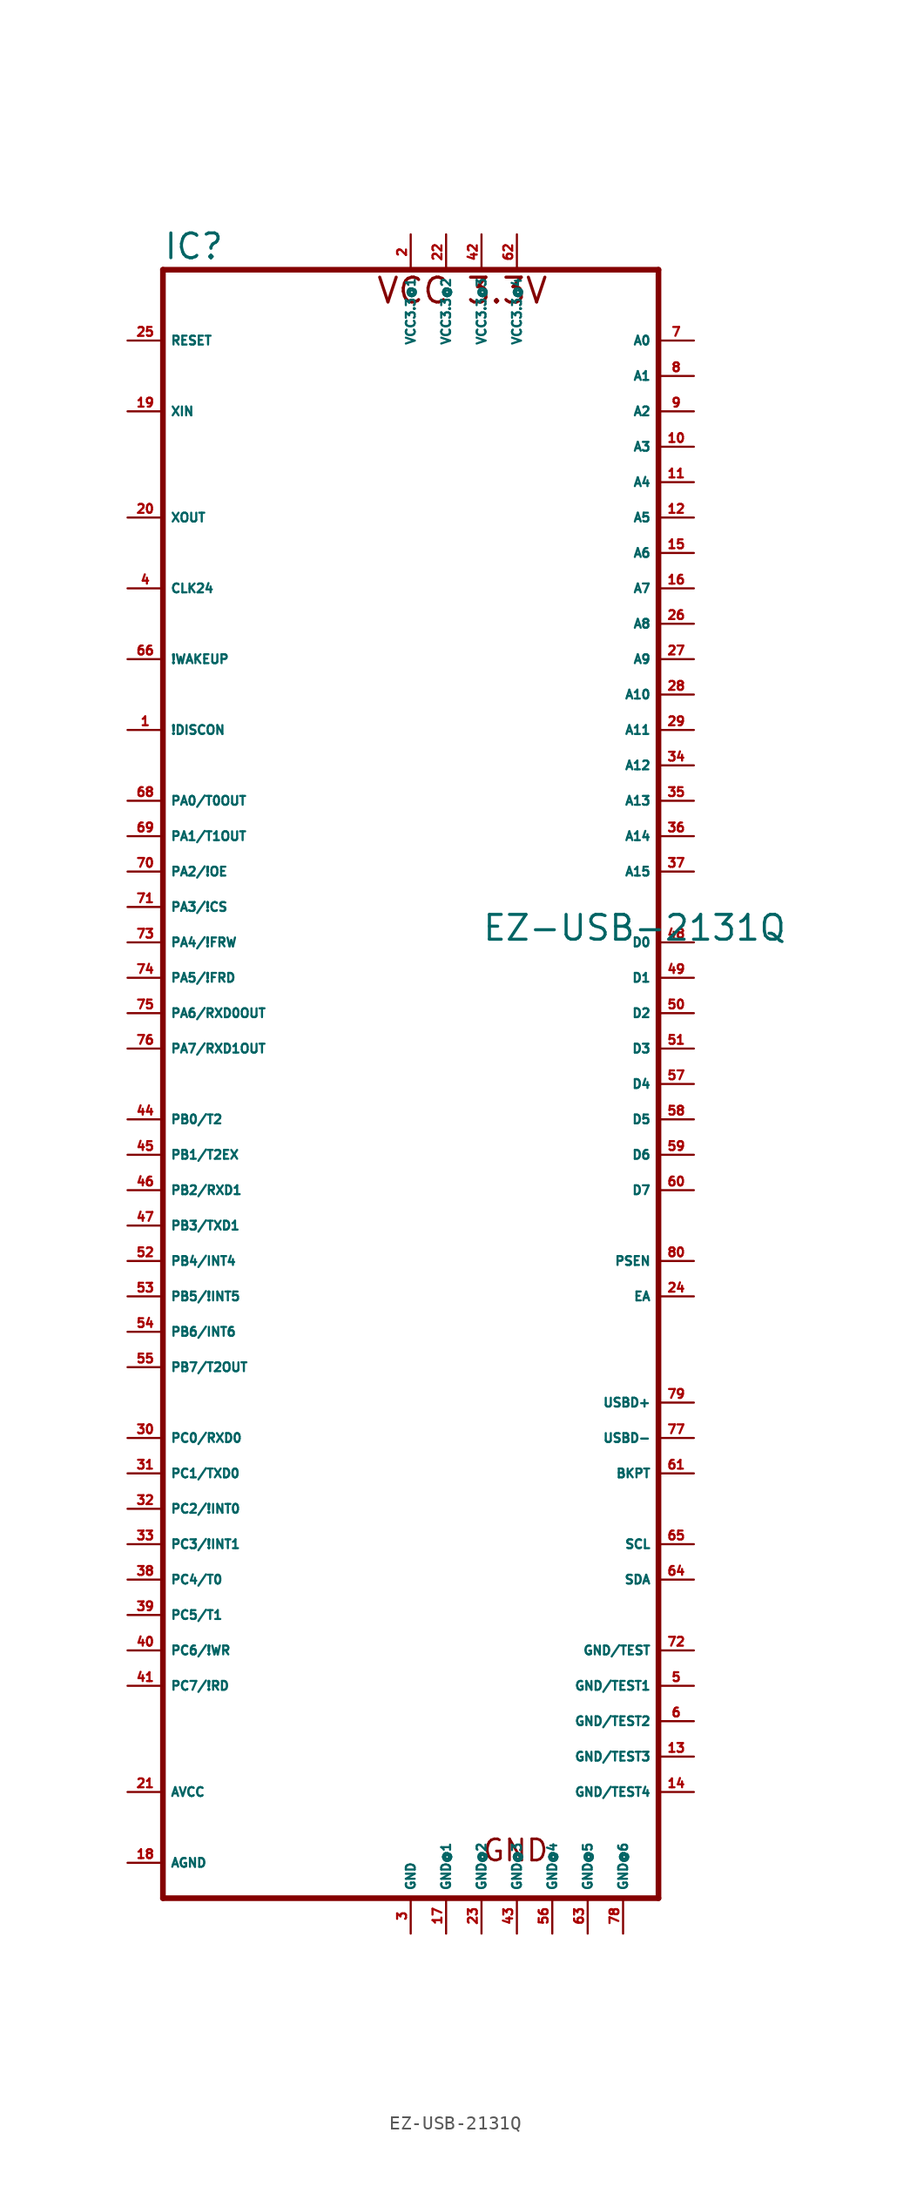
<source format=kicad_sym>
(kicad_symbol_lib
  (version 20220914)
  (generator Eagle2Kicad)
  (symbol "EZ-USB-2131Q"
    (property "Reference" "IC"
      (at -17.78 56.515 0)
      (effects (font (size 1.778 1.778) (thickness 0.22)) (justify left bottom)))
    (property "Value" "EZ-USB-2131Q"
      (at 5.08 7.62 0)
      (effects (font (size 1.778 1.778) (thickness 0.22)) (justify left bottom)))
    (polyline
      (pts (xy 17.78 55.88) (xy 17.78 -60.96))
      (stroke (width 0.406) (type default))
      (fill (type none)))
    (polyline
      (pts (xy -17.78 -60.96) (xy 17.78 -60.96))
      (stroke (width 0.406) (type default))
      (fill (type none)))
    (polyline
      (pts (xy -17.78 -60.96) (xy -17.78 55.88))
      (stroke (width 0.406) (type default))
      (fill (type none)))
    (polyline
      (pts (xy 17.78 55.88) (xy -17.78 55.88))
      (stroke (width 0.406) (type default))
      (fill (type none)))
    (text "VCC 3.3V"
      (at -2.54 53.34 0)
      (effects (font (size 1.778 1.778) (thickness 0.22)) (justify left bottom)))
    (text "GND"
      (at 5.08 -58.42 0)
      (effects (font (size 1.524 1.524) (thickness 0.19)) (justify left bottom)))
    (pin output line
      (at -20.32 38.1 0)
      (length 2.54)
      (name "XOUT" (effects (font (size 0.635 0.635) (thickness 0.08)) (justify left bottom)))
      (number "20" (effects (font (size 0.635 0.635) (thickness 0.08)) (justify left bottom))))
    (pin input line
      (at -20.32 45.72 0)
      (length 2.54)
      (name "XIN" (effects (font (size 0.635 0.635) (thickness 0.08)) (justify left bottom)))
      (number "19" (effects (font (size 0.635 0.635) (thickness 0.08)) (justify left bottom))))
    (pin input line
      (at 20.32 -17.78 180)
      (length 2.54)
      (name "EA" (effects (font (size 0.635 0.635) (thickness 0.08)) (justify left bottom)))
      (number "24" (effects (font (size 0.635 0.635) (thickness 0.08)) (justify left bottom))))
    (pin output line
      (at 20.32 50.8 180)
      (length 2.54)
      (name "A0" (effects (font (size 0.635 0.635) (thickness 0.08)) (justify left bottom)))
      (number "7" (effects (font (size 0.635 0.635) (thickness 0.08)) (justify left bottom))))
    (pin output line
      (at 20.32 -15.24 180)
      (length 2.54)
      (name "PSEN" (effects (font (size 0.635 0.635) (thickness 0.08)) (justify left bottom)))
      (number "80" (effects (font (size 0.635 0.635) (thickness 0.08)) (justify left bottom))))
    (pin open_collector line
      (at 20.32 -35.56 180)
      (length 2.54)
      (name "SCL" (effects (font (size 0.635 0.635) (thickness 0.08)) (justify left bottom)))
      (number "65" (effects (font (size 0.635 0.635) (thickness 0.08)) (justify left bottom))))
    (pin open_collector line
      (at 20.32 -38.1 180)
      (length 2.54)
      (name "SDA" (effects (font (size 0.635 0.635) (thickness 0.08)) (justify left bottom)))
      (number "64" (effects (font (size 0.635 0.635) (thickness 0.08)) (justify left bottom))))
    (pin bidirectional line
      (at -20.32 15.24 0)
      (length 2.54)
      (name "PA1/T1OUT" (effects (font (size 0.635 0.635) (thickness 0.08)) (justify left bottom)))
      (number "69" (effects (font (size 0.635 0.635) (thickness 0.08)) (justify left bottom))))
    (pin input line
      (at -20.32 50.8 0)
      (length 2.54)
      (name "RESET" (effects (font (size 0.635 0.635) (thickness 0.08)) (justify left bottom)))
      (number "25" (effects (font (size 0.635 0.635) (thickness 0.08)) (justify left bottom))))
    (pin bidirectional line
      (at -20.32 10.16 0)
      (length 2.54)
      (name "PA3/!CS" (effects (font (size 0.635 0.635) (thickness 0.08)) (justify left bottom)))
      (number "71" (effects (font (size 0.635 0.635) (thickness 0.08)) (justify left bottom))))
    (pin bidirectional line
      (at -20.32 7.62 0)
      (length 2.54)
      (name "PA4/!FRW" (effects (font (size 0.635 0.635) (thickness 0.08)) (justify left bottom)))
      (number "73" (effects (font (size 0.635 0.635) (thickness 0.08)) (justify left bottom))))
    (pin bidirectional line
      (at -20.32 5.08 0)
      (length 2.54)
      (name "PA5/!FRD" (effects (font (size 0.635 0.635) (thickness 0.08)) (justify left bottom)))
      (number "74" (effects (font (size 0.635 0.635) (thickness 0.08)) (justify left bottom))))
    (pin bidirectional line
      (at -20.32 2.54 0)
      (length 2.54)
      (name "PA6/RXD0OUT" (effects (font (size 0.635 0.635) (thickness 0.08)) (justify left bottom)))
      (number "75" (effects (font (size 0.635 0.635) (thickness 0.08)) (justify left bottom))))
    (pin bidirectional line
      (at -20.32 0 0)
      (length 2.54)
      (name "PA7/RXD1OUT" (effects (font (size 0.635 0.635) (thickness 0.08)) (justify left bottom)))
      (number "76" (effects (font (size 0.635 0.635) (thickness 0.08)) (justify left bottom))))
    (pin bidirectional line
      (at -20.32 -5.08 0)
      (length 2.54)
      (name "PB0/T2" (effects (font (size 0.635 0.635) (thickness 0.08)) (justify left bottom)))
      (number "44" (effects (font (size 0.635 0.635) (thickness 0.08)) (justify left bottom))))
    (pin bidirectional line
      (at -20.32 -7.62 0)
      (length 2.54)
      (name "PB1/T2EX" (effects (font (size 0.635 0.635) (thickness 0.08)) (justify left bottom)))
      (number "45" (effects (font (size 0.635 0.635) (thickness 0.08)) (justify left bottom))))
    (pin bidirectional line
      (at -20.32 -10.16 0)
      (length 2.54)
      (name "PB2/RXD1" (effects (font (size 0.635 0.635) (thickness 0.08)) (justify left bottom)))
      (number "46" (effects (font (size 0.635 0.635) (thickness 0.08)) (justify left bottom))))
    (pin bidirectional line
      (at -20.32 -12.7 0)
      (length 2.54)
      (name "PB3/TXD1" (effects (font (size 0.635 0.635) (thickness 0.08)) (justify left bottom)))
      (number "47" (effects (font (size 0.635 0.635) (thickness 0.08)) (justify left bottom))))
    (pin bidirectional line
      (at -20.32 -15.24 0)
      (length 2.54)
      (name "PB4/INT4" (effects (font (size 0.635 0.635) (thickness 0.08)) (justify left bottom)))
      (number "52" (effects (font (size 0.635 0.635) (thickness 0.08)) (justify left bottom))))
    (pin bidirectional line
      (at -20.32 -17.78 0)
      (length 2.54)
      (name "PB5/!INT5" (effects (font (size 0.635 0.635) (thickness 0.08)) (justify left bottom)))
      (number "53" (effects (font (size 0.635 0.635) (thickness 0.08)) (justify left bottom))))
    (pin bidirectional line
      (at -20.32 12.7 0)
      (length 2.54)
      (name "PA2/!OE" (effects (font (size 0.635 0.635) (thickness 0.08)) (justify left bottom)))
      (number "70" (effects (font (size 0.635 0.635) (thickness 0.08)) (justify left bottom))))
    (pin bidirectional line
      (at -20.32 17.78 0)
      (length 2.54)
      (name "PA0/T0OUT" (effects (font (size 0.635 0.635) (thickness 0.08)) (justify left bottom)))
      (number "68" (effects (font (size 0.635 0.635) (thickness 0.08)) (justify left bottom))))
    (pin output line
      (at 20.32 48.26 180)
      (length 2.54)
      (name "A1" (effects (font (size 0.635 0.635) (thickness 0.08)) (justify left bottom)))
      (number "8" (effects (font (size 0.635 0.635) (thickness 0.08)) (justify left bottom))))
    (pin output line
      (at 20.32 45.72 180)
      (length 2.54)
      (name "A2" (effects (font (size 0.635 0.635) (thickness 0.08)) (justify left bottom)))
      (number "9" (effects (font (size 0.635 0.635) (thickness 0.08)) (justify left bottom))))
    (pin output line
      (at 20.32 43.18 180)
      (length 2.54)
      (name "A3" (effects (font (size 0.635 0.635) (thickness 0.08)) (justify left bottom)))
      (number "10" (effects (font (size 0.635 0.635) (thickness 0.08)) (justify left bottom))))
    (pin output line
      (at 20.32 40.64 180)
      (length 2.54)
      (name "A4" (effects (font (size 0.635 0.635) (thickness 0.08)) (justify left bottom)))
      (number "11" (effects (font (size 0.635 0.635) (thickness 0.08)) (justify left bottom))))
    (pin output line
      (at 20.32 38.1 180)
      (length 2.54)
      (name "A5" (effects (font (size 0.635 0.635) (thickness 0.08)) (justify left bottom)))
      (number "12" (effects (font (size 0.635 0.635) (thickness 0.08)) (justify left bottom))))
    (pin output line
      (at 20.32 35.56 180)
      (length 2.54)
      (name "A6" (effects (font (size 0.635 0.635) (thickness 0.08)) (justify left bottom)))
      (number "15" (effects (font (size 0.635 0.635) (thickness 0.08)) (justify left bottom))))
    (pin output line
      (at 20.32 33.02 180)
      (length 2.54)
      (name "A7" (effects (font (size 0.635 0.635) (thickness 0.08)) (justify left bottom)))
      (number "16" (effects (font (size 0.635 0.635) (thickness 0.08)) (justify left bottom))))
    (pin output line
      (at 20.32 30.48 180)
      (length 2.54)
      (name "A8" (effects (font (size 0.635 0.635) (thickness 0.08)) (justify left bottom)))
      (number "26" (effects (font (size 0.635 0.635) (thickness 0.08)) (justify left bottom))))
    (pin output line
      (at 20.32 27.94 180)
      (length 2.54)
      (name "A9" (effects (font (size 0.635 0.635) (thickness 0.08)) (justify left bottom)))
      (number "27" (effects (font (size 0.635 0.635) (thickness 0.08)) (justify left bottom))))
    (pin output line
      (at 20.32 25.4 180)
      (length 2.54)
      (name "A10" (effects (font (size 0.635 0.635) (thickness 0.08)) (justify left bottom)))
      (number "28" (effects (font (size 0.635 0.635) (thickness 0.08)) (justify left bottom))))
    (pin output line
      (at 20.32 22.86 180)
      (length 2.54)
      (name "A11" (effects (font (size 0.635 0.635) (thickness 0.08)) (justify left bottom)))
      (number "29" (effects (font (size 0.635 0.635) (thickness 0.08)) (justify left bottom))))
    (pin output line
      (at 20.32 20.32 180)
      (length 2.54)
      (name "A12" (effects (font (size 0.635 0.635) (thickness 0.08)) (justify left bottom)))
      (number "34" (effects (font (size 0.635 0.635) (thickness 0.08)) (justify left bottom))))
    (pin output line
      (at 20.32 17.78 180)
      (length 2.54)
      (name "A13" (effects (font (size 0.635 0.635) (thickness 0.08)) (justify left bottom)))
      (number "35" (effects (font (size 0.635 0.635) (thickness 0.08)) (justify left bottom))))
    (pin output line
      (at 20.32 15.24 180)
      (length 2.54)
      (name "A14" (effects (font (size 0.635 0.635) (thickness 0.08)) (justify left bottom)))
      (number "36" (effects (font (size 0.635 0.635) (thickness 0.08)) (justify left bottom))))
    (pin output line
      (at 20.32 12.7 180)
      (length 2.54)
      (name "A15" (effects (font (size 0.635 0.635) (thickness 0.08)) (justify left bottom)))
      (number "37" (effects (font (size 0.635 0.635) (thickness 0.08)) (justify left bottom))))
    (pin tri_state line
      (at 20.32 7.62 180)
      (length 2.54)
      (name "D0" (effects (font (size 0.635 0.635) (thickness 0.08)) (justify left bottom)))
      (number "48" (effects (font (size 0.635 0.635) (thickness 0.08)) (justify left bottom))))
    (pin tri_state line
      (at 20.32 5.08 180)
      (length 2.54)
      (name "D1" (effects (font (size 0.635 0.635) (thickness 0.08)) (justify left bottom)))
      (number "49" (effects (font (size 0.635 0.635) (thickness 0.08)) (justify left bottom))))
    (pin tri_state line
      (at 20.32 2.54 180)
      (length 2.54)
      (name "D2" (effects (font (size 0.635 0.635) (thickness 0.08)) (justify left bottom)))
      (number "50" (effects (font (size 0.635 0.635) (thickness 0.08)) (justify left bottom))))
    (pin tri_state line
      (at 20.32 0 180)
      (length 2.54)
      (name "D3" (effects (font (size 0.635 0.635) (thickness 0.08)) (justify left bottom)))
      (number "51" (effects (font (size 0.635 0.635) (thickness 0.08)) (justify left bottom))))
    (pin tri_state line
      (at 20.32 -2.54 180)
      (length 2.54)
      (name "D4" (effects (font (size 0.635 0.635) (thickness 0.08)) (justify left bottom)))
      (number "57" (effects (font (size 0.635 0.635) (thickness 0.08)) (justify left bottom))))
    (pin tri_state line
      (at 20.32 -5.08 180)
      (length 2.54)
      (name "D5" (effects (font (size 0.635 0.635) (thickness 0.08)) (justify left bottom)))
      (number "58" (effects (font (size 0.635 0.635) (thickness 0.08)) (justify left bottom))))
    (pin tri_state line
      (at 20.32 -7.62 180)
      (length 2.54)
      (name "D6" (effects (font (size 0.635 0.635) (thickness 0.08)) (justify left bottom)))
      (number "59" (effects (font (size 0.635 0.635) (thickness 0.08)) (justify left bottom))))
    (pin tri_state line
      (at 20.32 -10.16 180)
      (length 2.54)
      (name "D7" (effects (font (size 0.635 0.635) (thickness 0.08)) (justify left bottom)))
      (number "60" (effects (font (size 0.635 0.635) (thickness 0.08)) (justify left bottom))))
    (pin unspecified line
      (at -20.32 -53.34 0)
      (length 2.54)
      (name "AVCC" (effects (font (size 0.635 0.635) (thickness 0.08)) (justify left bottom)))
      (number "21" (effects (font (size 0.635 0.635) (thickness 0.08)) (justify left bottom))))
    (pin unspecified line
      (at -20.32 -58.42 0)
      (length 2.54)
      (name "AGND" (effects (font (size 0.635 0.635) (thickness 0.08)) (justify left bottom)))
      (number "18" (effects (font (size 0.635 0.635) (thickness 0.08)) (justify left bottom))))
    (pin output line
      (at -20.32 22.86 0)
      (length 2.54)
      (name "!DISCON" (effects (font (size 0.635 0.635) (thickness 0.08)) (justify left bottom)))
      (number "1" (effects (font (size 0.635 0.635) (thickness 0.08)) (justify left bottom))))
    (pin tri_state line
      (at 20.32 -25.4 180)
      (length 2.54)
      (name "USBD+" (effects (font (size 0.635 0.635) (thickness 0.08)) (justify left bottom)))
      (number "79" (effects (font (size 0.635 0.635) (thickness 0.08)) (justify left bottom))))
    (pin tri_state line
      (at 20.32 -27.94 180)
      (length 2.54)
      (name "USBD-" (effects (font (size 0.635 0.635) (thickness 0.08)) (justify left bottom)))
      (number "77" (effects (font (size 0.635 0.635) (thickness 0.08)) (justify left bottom))))
    (pin output line
      (at 20.32 -30.48 180)
      (length 2.54)
      (name "BKPT" (effects (font (size 0.635 0.635) (thickness 0.08)) (justify left bottom)))
      (number "61" (effects (font (size 0.635 0.635) (thickness 0.08)) (justify left bottom))))
    (pin bidirectional line
      (at -20.32 -20.32 0)
      (length 2.54)
      (name "PB6/INT6" (effects (font (size 0.635 0.635) (thickness 0.08)) (justify left bottom)))
      (number "54" (effects (font (size 0.635 0.635) (thickness 0.08)) (justify left bottom))))
    (pin bidirectional line
      (at -20.32 -22.86 0)
      (length 2.54)
      (name "PB7/T2OUT" (effects (font (size 0.635 0.635) (thickness 0.08)) (justify left bottom)))
      (number "55" (effects (font (size 0.635 0.635) (thickness 0.08)) (justify left bottom))))
    (pin bidirectional line
      (at -20.32 -27.94 0)
      (length 2.54)
      (name "PC0/RXD0" (effects (font (size 0.635 0.635) (thickness 0.08)) (justify left bottom)))
      (number "30" (effects (font (size 0.635 0.635) (thickness 0.08)) (justify left bottom))))
    (pin bidirectional line
      (at -20.32 -30.48 0)
      (length 2.54)
      (name "PC1/TXD0" (effects (font (size 0.635 0.635) (thickness 0.08)) (justify left bottom)))
      (number "31" (effects (font (size 0.635 0.635) (thickness 0.08)) (justify left bottom))))
    (pin bidirectional line
      (at -20.32 -33.02 0)
      (length 2.54)
      (name "PC2/!INT0" (effects (font (size 0.635 0.635) (thickness 0.08)) (justify left bottom)))
      (number "32" (effects (font (size 0.635 0.635) (thickness 0.08)) (justify left bottom))))
    (pin bidirectional line
      (at -20.32 -35.56 0)
      (length 2.54)
      (name "PC3/!INT1" (effects (font (size 0.635 0.635) (thickness 0.08)) (justify left bottom)))
      (number "33" (effects (font (size 0.635 0.635) (thickness 0.08)) (justify left bottom))))
    (pin bidirectional line
      (at -20.32 -38.1 0)
      (length 2.54)
      (name "PC4/T0" (effects (font (size 0.635 0.635) (thickness 0.08)) (justify left bottom)))
      (number "38" (effects (font (size 0.635 0.635) (thickness 0.08)) (justify left bottom))))
    (pin bidirectional line
      (at -20.32 -40.64 0)
      (length 2.54)
      (name "PC5/T1" (effects (font (size 0.635 0.635) (thickness 0.08)) (justify left bottom)))
      (number "39" (effects (font (size 0.635 0.635) (thickness 0.08)) (justify left bottom))))
    (pin bidirectional line
      (at -20.32 -43.18 0)
      (length 2.54)
      (name "PC6/!WR" (effects (font (size 0.635 0.635) (thickness 0.08)) (justify left bottom)))
      (number "40" (effects (font (size 0.635 0.635) (thickness 0.08)) (justify left bottom))))
    (pin bidirectional line
      (at -20.32 -45.72 0)
      (length 2.54)
      (name "PC7/!RD" (effects (font (size 0.635 0.635) (thickness 0.08)) (justify left bottom)))
      (number "41" (effects (font (size 0.635 0.635) (thickness 0.08)) (justify left bottom))))
    (pin output line
      (at -20.32 33.02 0)
      (length 2.54)
      (name "CLK24" (effects (font (size 0.635 0.635) (thickness 0.08)) (justify left bottom)))
      (number "4" (effects (font (size 0.635 0.635) (thickness 0.08)) (justify left bottom))))
    (pin input line
      (at -20.32 27.94 0)
      (length 2.54)
      (name "!WAKEUP" (effects (font (size 0.635 0.635) (thickness 0.08)) (justify left bottom)))
      (number "66" (effects (font (size 0.635 0.635) (thickness 0.08)) (justify left bottom))))
    (pin unspecified line
      (at 0 58.42 270)
      (length 2.54)
      (name "VCC3.3@1" (effects (font (size 0.635 0.635) (thickness 0.08)) (justify left bottom)))
      (number "2" (effects (font (size 0.635 0.635) (thickness 0.08)) (justify left bottom))))
    (pin unspecified line
      (at 2.54 58.42 270)
      (length 2.54)
      (name "VCC3.3@2" (effects (font (size 0.635 0.635) (thickness 0.08)) (justify left bottom)))
      (number "22" (effects (font (size 0.635 0.635) (thickness 0.08)) (justify left bottom))))
    (pin unspecified line
      (at 5.08 58.42 270)
      (length 2.54)
      (name "VCC3.3@3" (effects (font (size 0.635 0.635) (thickness 0.08)) (justify left bottom)))
      (number "42" (effects (font (size 0.635 0.635) (thickness 0.08)) (justify left bottom))))
    (pin unspecified line
      (at 7.62 58.42 270)
      (length 2.54)
      (name "VCC3.3@4" (effects (font (size 0.635 0.635) (thickness 0.08)) (justify left bottom)))
      (number "62" (effects (font (size 0.635 0.635) (thickness 0.08)) (justify left bottom))))
    (pin unspecified line
      (at 0 -63.5 90)
      (length 2.54)
      (name "GND" (effects (font (size 0.635 0.635) (thickness 0.08)) (justify left bottom)))
      (number "3" (effects (font (size 0.635 0.635) (thickness 0.08)) (justify left bottom))))
    (pin unspecified line
      (at 2.54 -63.5 90)
      (length 2.54)
      (name "GND@1" (effects (font (size 0.635 0.635) (thickness 0.08)) (justify left bottom)))
      (number "17" (effects (font (size 0.635 0.635) (thickness 0.08)) (justify left bottom))))
    (pin unspecified line
      (at 5.08 -63.5 90)
      (length 2.54)
      (name "GND@2" (effects (font (size 0.635 0.635) (thickness 0.08)) (justify left bottom)))
      (number "23" (effects (font (size 0.635 0.635) (thickness 0.08)) (justify left bottom))))
    (pin unspecified line
      (at 7.62 -63.5 90)
      (length 2.54)
      (name "GND@3" (effects (font (size 0.635 0.635) (thickness 0.08)) (justify left bottom)))
      (number "43" (effects (font (size 0.635 0.635) (thickness 0.08)) (justify left bottom))))
    (pin unspecified line
      (at 10.16 -63.5 90)
      (length 2.54)
      (name "GND@4" (effects (font (size 0.635 0.635) (thickness 0.08)) (justify left bottom)))
      (number "56" (effects (font (size 0.635 0.635) (thickness 0.08)) (justify left bottom))))
    (pin unspecified line
      (at 12.7 -63.5 90)
      (length 2.54)
      (name "GND@5" (effects (font (size 0.635 0.635) (thickness 0.08)) (justify left bottom)))
      (number "63" (effects (font (size 0.635 0.635) (thickness 0.08)) (justify left bottom))))
    (pin unspecified line
      (at 20.32 -43.18 180)
      (length 2.54)
      (name "GND/TEST" (effects (font (size 0.635 0.635) (thickness 0.08)) (justify left bottom)))
      (number "72" (effects (font (size 0.635 0.635) (thickness 0.08)) (justify left bottom))))
    (pin unspecified line
      (at 20.32 -45.72 180)
      (length 2.54)
      (name "GND/TEST1" (effects (font (size 0.635 0.635) (thickness 0.08)) (justify left bottom)))
      (number "5" (effects (font (size 0.635 0.635) (thickness 0.08)) (justify left bottom))))
    (pin unspecified line
      (at 20.32 -48.26 180)
      (length 2.54)
      (name "GND/TEST2" (effects (font (size 0.635 0.635) (thickness 0.08)) (justify left bottom)))
      (number "6" (effects (font (size 0.635 0.635) (thickness 0.08)) (justify left bottom))))
    (pin unspecified line
      (at 20.32 -50.8 180)
      (length 2.54)
      (name "GND/TEST3" (effects (font (size 0.635 0.635) (thickness 0.08)) (justify left bottom)))
      (number "13" (effects (font (size 0.635 0.635) (thickness 0.08)) (justify left bottom))))
    (pin unspecified line
      (at 20.32 -53.34 180)
      (length 2.54)
      (name "GND/TEST4" (effects (font (size 0.635 0.635) (thickness 0.08)) (justify left bottom)))
      (number "14" (effects (font (size 0.635 0.635) (thickness 0.08)) (justify left bottom))))
    (pin unspecified line
      (at 15.24 -63.5 90)
      (length 2.54)
      (name "GND@6" (effects (font (size 0.635 0.635) (thickness 0.08)) (justify left bottom)))
      (number "78" (effects (font (size 0.635 0.635) (thickness 0.08)) (justify left bottom))))))
</source>
